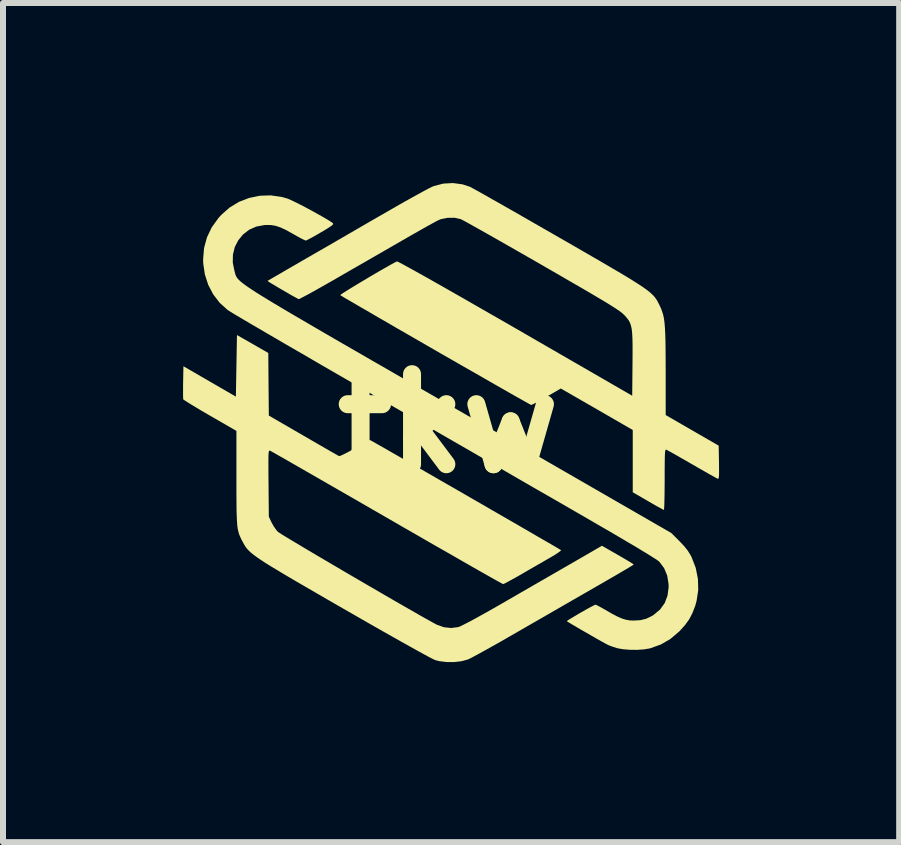
<source format=kicad_pcb>
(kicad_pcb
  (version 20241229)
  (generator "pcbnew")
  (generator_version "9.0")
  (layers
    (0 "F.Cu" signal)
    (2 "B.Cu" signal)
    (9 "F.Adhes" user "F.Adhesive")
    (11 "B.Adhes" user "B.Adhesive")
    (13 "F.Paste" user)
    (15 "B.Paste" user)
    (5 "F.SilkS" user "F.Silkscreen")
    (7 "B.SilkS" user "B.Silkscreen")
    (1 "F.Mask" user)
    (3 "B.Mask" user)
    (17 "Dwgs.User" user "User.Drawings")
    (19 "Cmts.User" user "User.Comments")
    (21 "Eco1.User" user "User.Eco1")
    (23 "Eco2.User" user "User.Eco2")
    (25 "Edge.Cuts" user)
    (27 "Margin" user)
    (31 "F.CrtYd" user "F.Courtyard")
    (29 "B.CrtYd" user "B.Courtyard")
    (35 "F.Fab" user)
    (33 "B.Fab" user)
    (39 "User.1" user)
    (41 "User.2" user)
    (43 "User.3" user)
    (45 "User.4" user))
  (footprint "tkw"
    (layer "F.Cu")
    (at 4.422 4.006)
    (property "Reference" "tkw" (at 0 0 0) (layer "F.SilkS") (effects (font (size 1.5 1.5) (thickness 0.3))))
    (attr board_only exclude_from_pos_files exclude_from_bom)
    (fp_poly (pts (xy -2.779 -3.775) (xy -2.684 -3.748) (xy -2.637 -3.729) (xy -2.568 -3.696) (xy -2.483 -3.654) (xy -2.387 -3.604) (xy -2.287 -3.55) (xy -2.189 -3.496) (xy -2.098 -3.445) (xy -2.019 -3.399) (xy -1.96 -3.362) (xy -1.925 -3.336) (xy -1.924 -3.336) (xy -1.921 -3.324) (xy -1.933 -3.308) (xy -1.965 -3.283) (xy -2.019 -3.248) (xy -2.099 -3.199) (xy -2.13 -3.182) (xy -2.21 -3.135) (xy -2.28 -3.096) (xy -2.336 -3.067) (xy -2.37 -3.05) (xy -2.378 -3.048) (xy -2.399 -3.056) (xy -2.444 -3.078) (xy -2.506 -3.111) (xy -2.578 -3.152) (xy -2.592 -3.16) (xy -2.703 -3.222) (xy -2.795 -3.265) (xy -2.874 -3.292) (xy -2.95 -3.306) (xy -3.029 -3.308) (xy -3.068 -3.306) (xy -3.202 -3.281) (xy -3.321 -3.228) (xy -3.422 -3.15) (xy -3.502 -3.053) (xy -3.56 -2.94) (xy -3.591 -2.815) (xy -3.594 -2.682) (xy -3.569 -2.558) (xy -3.563 -2.534) (xy -3.558 -2.513) (xy -3.553 -2.494) (xy -3.547 -2.475) (xy -3.539 -2.456) (xy -3.528 -2.437) (xy -3.514 -2.417) (xy -3.493 -2.394) (xy -3.467 -2.369) (xy -3.433 -2.341) (xy -3.39 -2.309) (xy -3.338 -2.272) (xy -3.275 -2.23) (xy -3.2 -2.181) (xy -3.112 -2.126) (xy -3.01 -2.064) (xy -2.893 -1.993) (xy -2.76 -1.914) (xy -2.61 -1.825) (xy -2.44 -1.726) (xy -2.252 -1.616) (xy -2.043 -1.494) (xy -1.812 -1.36) (xy -1.558 -1.214) (xy -1.28 -1.053) (xy -0.977 -0.879) (xy -0.648 -0.689) (xy -0.292 -0.484) (xy 0.092 -0.262) (xy 0.18 -0.212) (xy 3.713 1.825) (xy 3.851 1.963) (xy 3.93 2.047) (xy 3.989 2.122) (xy 4.036 2.198) (xy 4.052 2.23) (xy 4.12 2.407) (xy 4.156 2.591) (xy 4.161 2.777) (xy 4.133 2.959) (xy 4.11 3.04) (xy 4.063 3.161) (xy 4.01 3.263) (xy 3.942 3.357) (xy 3.854 3.455) (xy 3.843 3.466) (xy 3.698 3.589) (xy 3.54 3.681) (xy 3.365 3.744) (xy 3.354 3.747) (xy 3.259 3.763) (xy 3.144 3.771) (xy 3.024 3.77) (xy 2.909 3.761) (xy 2.814 3.744) (xy 2.804 3.741) (xy 2.741 3.721) (xy 2.686 3.701) (xy 2.658 3.689) (xy 2.614 3.666) (xy 2.551 3.631) (xy 2.475 3.588) (xy 2.389 3.539) (xy 2.301 3.488) (xy 2.213 3.438) (xy 2.133 3.391) (xy 2.063 3.35) (xy 2.01 3.318) (xy 1.979 3.298) (xy 1.972 3.293) (xy 1.986 3.281) (xy 2.024 3.257) (xy 2.08 3.223) (xy 2.147 3.183) (xy 2.22 3.141) (xy 2.292 3.1) (xy 2.357 3.064) (xy 2.409 3.037) (xy 2.442 3.021) (xy 2.449 3.019) (xy 2.471 3.027) (xy 2.514 3.049) (xy 2.572 3.081) (xy 2.601 3.098) (xy 2.717 3.165) (xy 2.812 3.215) (xy 2.89 3.249) (xy 2.959 3.27) (xy 3.025 3.281) (xy 3.078 3.283) (xy 3.195 3.277) (xy 3.294 3.253) (xy 3.387 3.208) (xy 3.42 3.187) (xy 3.526 3.098) (xy 3.603 2.991) (xy 3.65 2.866) (xy 3.668 2.727) (xy 3.667 2.675) (xy 3.644 2.533) (xy 3.593 2.41) (xy 3.514 2.305) (xy 3.504 2.295) (xy 3.478 2.276) (xy 3.424 2.241) (xy 3.346 2.192) (xy 3.246 2.131) (xy 3.126 2.058) (xy 2.988 1.977) (xy 2.836 1.887) (xy 2.672 1.791) (xy 2.497 1.69) (xy 2.427 1.649) (xy 1.903 1.346) (xy 1.407 1.061) (xy 0.94 0.791) (xy 0.501 0.537) (xy 0.088 0.299) (xy -0.299 0.076) (xy -0.66 -0.133) (xy -0.997 -0.327) (xy -1.309 -0.508) (xy -1.599 -0.676) (xy -1.866 -0.83) (xy -2.112 -0.972) (xy -2.336 -1.103) (xy -2.54 -1.221) (xy -2.725 -1.328) (xy -2.891 -1.425) (xy -3.039 -1.511) (xy -3.17 -1.588) (xy -3.284 -1.654) (xy -3.382 -1.712) (xy -3.465 -1.761) (xy -3.534 -1.802) (xy -3.589 -1.835) (xy -3.631 -1.861) (xy -3.661 -1.88) (xy -3.679 -1.892) (xy -3.682 -1.894) (xy -3.812 -2.011) (xy -3.92 -2.152) (xy -4.003 -2.311) (xy -4.059 -2.484) (xy -4.086 -2.667) (xy -4.088 -2.736) (xy -4.072 -2.925) (xy -4.024 -3.101) (xy -3.945 -3.267) (xy -3.833 -3.423) (xy -3.783 -3.478) (xy -3.646 -3.599) (xy -3.49 -3.693) (xy -3.321 -3.758) (xy -3.143 -3.795) (xy -2.961 -3.801)) (stroke (width 0) (type solid)) (fill yes) (layer "F.SilkS"))
    (fp_poly (pts (xy -3.263 -1.325) (xy -3.002 -1.175) (xy -2.998 -0.653) (xy -2.993 -0.132) (xy -2.418 0.201) (xy -2.29 0.275) (xy -2.171 0.344) (xy -2.063 0.406) (xy -1.972 0.459) (xy -1.899 0.5) (xy -1.849 0.529) (xy -1.824 0.542) (xy -1.823 0.543) (xy -1.801 0.538) (xy -1.756 0.518) (xy -1.692 0.486) (xy -1.615 0.445) (xy -1.559 0.413) (xy -1.478 0.367) (xy -1.406 0.327) (xy -1.351 0.296) (xy -1.317 0.278) (xy -1.309 0.274) (xy -1.293 0.283) (xy -1.25 0.307) (xy -1.182 0.346) (xy -1.091 0.397) (xy -0.98 0.461) (xy -0.851 0.535) (xy -0.707 0.618) (xy -0.549 0.708) (xy -0.381 0.805) (xy -0.204 0.907) (xy -0.02 1.013) (xy 0.167 1.12) (xy 0.355 1.229) (xy 0.543 1.337) (xy 0.727 1.444) (xy 0.906 1.547) (xy 1.076 1.645) (xy 1.237 1.738) (xy 1.385 1.824) (xy 1.517 1.901) (xy 1.633 1.968) (xy 1.729 2.023) (xy 1.802 2.066) (xy 1.851 2.095) (xy 1.874 2.109) (xy 1.875 2.11) (xy 1.867 2.123) (xy 1.833 2.148) (xy 1.781 2.183) (xy 1.714 2.223) (xy 1.712 2.224) (xy 1.639 2.266) (xy 1.545 2.321) (xy 1.438 2.382) (xy 1.327 2.446) (xy 1.233 2.501) (xy 1.14 2.554) (xy 1.057 2.6) (xy 0.988 2.638) (xy 0.938 2.664) (xy 0.912 2.675) (xy 0.91 2.675) (xy 0.893 2.667) (xy 0.848 2.642) (xy 0.777 2.603) (xy 0.681 2.549) (xy 0.563 2.482) (xy 0.424 2.403) (xy 0.266 2.313) (xy 0.091 2.212) (xy -0.1 2.103) (xy -0.305 1.986) (xy -0.521 1.861) (xy -0.748 1.731) (xy -0.983 1.595) (xy -1.026 1.57) (xy -1.263 1.434) (xy -1.491 1.302) (xy -1.71 1.176) (xy -1.918 1.057) (xy -2.112 0.945) (xy -2.291 0.842) (xy -2.453 0.749) (xy -2.596 0.667) (xy -2.719 0.596) (xy -2.82 0.539) (xy -2.897 0.495) (xy -2.948 0.466) (xy -2.971 0.454) (xy -2.972 0.453) (xy -2.981 0.451) (xy -2.988 0.455) (xy -2.993 0.469) (xy -2.997 0.494) (xy -2.999 0.536) (xy -3 0.597) (xy -3 0.681) (xy -3 0.791) (xy -2.999 0.93) (xy -2.998 0.997) (xy -2.993 1.552) (xy -2.948 1.648) (xy -2.912 1.712) (xy -2.869 1.774) (xy -2.844 1.803) (xy -2.822 1.818) (xy -2.774 1.849) (xy -2.701 1.894) (xy -2.606 1.951) (xy -2.492 2.019) (xy -2.362 2.097) (xy -2.217 2.183) (xy -2.062 2.274) (xy -1.897 2.371) (xy -1.727 2.471) (xy -1.554 2.572) (xy -1.379 2.674) (xy -1.207 2.774) (xy -1.039 2.872) (xy -0.878 2.965) (xy -0.727 3.052) (xy -0.588 3.131) (xy -0.465 3.202) (xy -0.359 3.261) (xy -0.274 3.309) (xy -0.212 3.343) (xy -0.188 3.355) (xy -0.076 3.394) (xy 0.045 3.407) (xy 0.161 3.392) (xy 0.163 3.392) (xy 0.198 3.378) (xy 0.259 3.348) (xy 0.343 3.305) (xy 0.445 3.25) (xy 0.564 3.184) (xy 0.695 3.111) (xy 0.835 3.031) (xy 0.84 3.028) (xy 1.003 2.934) (xy 1.183 2.83) (xy 1.374 2.72) (xy 1.566 2.609) (xy 1.75 2.503) (xy 1.918 2.406) (xy 1.995 2.362) (xy 2.557 2.037) (xy 2.822 2.189) (xy 2.907 2.238) (xy 2.981 2.282) (xy 3.039 2.317) (xy 3.075 2.341) (xy 3.086 2.35) (xy 3.072 2.36) (xy 3.031 2.385) (xy 2.966 2.424) (xy 2.881 2.474) (xy 2.779 2.534) (xy 2.662 2.601) (xy 2.535 2.675) (xy 2.482 2.705) (xy 2.333 2.791) (xy 2.161 2.89) (xy 1.973 2.998) (xy 1.777 3.111) (xy 1.58 3.225) (xy 1.388 3.335) (xy 1.208 3.439) (xy 1.149 3.473) (xy 1.001 3.558) (xy 0.86 3.639) (xy 0.728 3.713) (xy 0.608 3.78) (xy 0.505 3.837) (xy 0.422 3.882) (xy 0.361 3.914) (xy 0.326 3.93) (xy 0.326 3.931) (xy 0.219 3.96) (xy 0.094 3.975) (xy -0.035 3.974) (xy -0.155 3.959) (xy -0.223 3.941) (xy -0.255 3.926) (xy -0.314 3.896) (xy -0.399 3.85) (xy -0.507 3.791) (xy -0.636 3.719) (xy -0.785 3.636) (xy -0.951 3.542) (xy -1.132 3.44) (xy -1.326 3.329) (xy -1.53 3.212) (xy -1.744 3.089) (xy -1.748 3.087) (xy -1.998 2.943) (xy -2.221 2.814) (xy -2.417 2.7) (xy -2.589 2.6) (xy -2.738 2.512) (xy -2.866 2.435) (xy -2.976 2.369) (xy -3.068 2.311) (xy -3.145 2.26) (xy -3.208 2.216) (xy -3.26 2.177) (xy -3.301 2.143) (xy -3.334 2.111) (xy -3.361 2.081) (xy -3.383 2.051) (xy -3.402 2.02) (xy -3.42 1.988) (xy -3.426 1.977) (xy -3.45 1.931) (xy -3.47 1.889) (xy -3.487 1.849) (xy -3.5 1.805) (xy -3.511 1.756) (xy -3.519 1.697) (xy -3.524 1.625) (xy -3.528 1.538) (xy -3.531 1.43) (xy -3.532 1.299) (xy -3.533 1.141) (xy -3.533 0.954) (xy -3.533 0.907) (xy -3.533 0.123) (xy -3.972 -0.13) (xy -4.084 -0.195) (xy -4.185 -0.255) (xy -4.273 -0.308) (xy -4.343 -0.351) (xy -4.392 -0.383) (xy -4.417 -0.4) (xy -4.419 -0.403) (xy -4.421 -0.426) (xy -4.422 -0.476) (xy -4.422 -0.549) (xy -4.422 -0.636) (xy -4.421 -0.688) (xy -4.416 -0.954) (xy -3.979 -0.701) (xy -3.542 -0.448) (xy -3.533 -0.961) (xy -3.524 -1.474)) (stroke (width 0) (type solid)) (fill yes) (layer "F.SilkS"))
    (fp_poly (pts (xy 0.233 -3.985) (xy 0.36 -3.943) (xy 0.386 -3.929) (xy 0.439 -3.9) (xy 0.518 -3.856) (xy 0.62 -3.799) (xy 0.742 -3.729) (xy 0.884 -3.649) (xy 1.042 -3.559) (xy 1.214 -3.461) (xy 1.398 -3.355) (xy 1.593 -3.243) (xy 1.795 -3.127) (xy 1.844 -3.099) (xy 2.093 -2.956) (xy 2.314 -2.828) (xy 2.51 -2.715) (xy 2.681 -2.615) (xy 2.829 -2.528) (xy 2.957 -2.452) (xy 3.066 -2.385) (xy 3.157 -2.327) (xy 3.234 -2.277) (xy 3.297 -2.232) (xy 3.348 -2.192) (xy 3.389 -2.156) (xy 3.422 -2.123) (xy 3.448 -2.09) (xy 3.47 -2.058) (xy 3.489 -2.024) (xy 3.508 -1.988) (xy 3.525 -1.951) (xy 3.546 -1.905) (xy 3.563 -1.857) (xy 3.578 -1.807) (xy 3.59 -1.749) (xy 3.599 -1.681) (xy 3.606 -1.598) (xy 3.611 -1.499) (xy 3.615 -1.38) (xy 3.617 -1.236) (xy 3.618 -1.065) (xy 3.619 -0.864) (xy 3.619 -0.838) (xy 3.619 -0.141) (xy 4.06 0.114) (xy 4.502 0.369) (xy 4.507 0.649) (xy 4.508 0.754) (xy 4.508 0.829) (xy 4.506 0.878) (xy 4.502 0.907) (xy 4.496 0.92) (xy 4.487 0.921) (xy 4.485 0.92) (xy 4.463 0.909) (xy 4.417 0.883) (xy 4.348 0.845) (xy 4.263 0.796) (xy 4.164 0.74) (xy 4.057 0.678) (xy 4.055 0.677) (xy 3.948 0.615) (xy 3.849 0.559) (xy 3.764 0.51) (xy 3.695 0.472) (xy 3.648 0.446) (xy 3.627 0.435) (xy 3.627 0.435) (xy 3.62 0.436) (xy 3.614 0.447) (xy 3.609 0.472) (xy 3.606 0.514) (xy 3.604 0.576) (xy 3.603 0.663) (xy 3.602 0.777) (xy 3.602 0.921) (xy 3.602 0.933) (xy 3.601 1.061) (xy 3.6 1.177) (xy 3.598 1.277) (xy 3.596 1.357) (xy 3.593 1.412) (xy 3.59 1.438) (xy 3.589 1.44) (xy 3.57 1.431) (xy 3.528 1.408) (xy 3.465 1.374) (xy 3.389 1.33) (xy 3.323 1.292) (xy 3.07 1.145) (xy 3.07 0.626) (xy 3.07 0.108) (xy 2.471 -0.238) (xy 1.872 -0.583) (xy 1.635 -0.446) (xy 1.553 -0.399) (xy 1.481 -0.359) (xy 1.424 -0.329) (xy 1.388 -0.312) (xy 1.378 -0.309) (xy 1.362 -0.317) (xy 1.318 -0.341) (xy 1.249 -0.38) (xy 1.157 -0.432) (xy 1.045 -0.495) (xy 0.916 -0.569) (xy 0.77 -0.652) (xy 0.612 -0.743) (xy 0.443 -0.84) (xy 0.265 -0.941) (xy 0.081 -1.047) (xy -0.106 -1.154) (xy -0.295 -1.263) (xy -0.482 -1.371) (xy -0.666 -1.477) (xy -0.845 -1.58) (xy -1.015 -1.679) (xy -1.175 -1.771) (xy -1.322 -1.857) (xy -1.454 -1.933) (xy -1.568 -2) (xy -1.663 -2.055) (xy -1.735 -2.097) (xy -1.782 -2.126) (xy -1.803 -2.139) (xy -1.803 -2.139) (xy -1.791 -2.15) (xy -1.754 -2.175) (xy -1.696 -2.212) (xy -1.62 -2.259) (xy -1.532 -2.313) (xy -1.434 -2.371) (xy -1.333 -2.432) (xy -1.231 -2.492) (xy -1.133 -2.549) (xy -1.043 -2.6) (xy -0.966 -2.644) (xy -0.906 -2.677) (xy -0.866 -2.697) (xy -0.858 -2.701) (xy -0.839 -2.693) (xy -0.793 -2.67) (xy -0.719 -2.63) (xy -0.619 -2.575) (xy -0.495 -2.506) (xy -0.348 -2.424) (xy -0.179 -2.328) (xy 0.011 -2.22) (xy 0.22 -2.101) (xy 0.448 -1.97) (xy 0.692 -1.83) (xy 0.952 -1.681) (xy 1.115 -1.587) (xy 3.061 -0.463) (xy 3.066 -0.999) (xy 3.067 -1.168) (xy 3.067 -1.306) (xy 3.065 -1.418) (xy 3.06 -1.508) (xy 3.052 -1.579) (xy 3.039 -1.636) (xy 3.022 -1.683) (xy 3 -1.723) (xy 2.971 -1.76) (xy 2.936 -1.8) (xy 2.925 -1.811) (xy 2.906 -1.829) (xy 2.881 -1.85) (xy 2.847 -1.875) (xy 2.803 -1.905) (xy 2.748 -1.941) (xy 2.678 -1.985) (xy 2.593 -2.037) (xy 2.49 -2.098) (xy 2.367 -2.171) (xy 2.223 -2.255) (xy 2.055 -2.352) (xy 1.862 -2.464) (xy 1.642 -2.591) (xy 1.554 -2.642) (xy 1.359 -2.754) (xy 1.172 -2.861) (xy 0.995 -2.962) (xy 0.83 -3.056) (xy 0.679 -3.142) (xy 0.544 -3.218) (xy 0.428 -3.283) (xy 0.334 -3.336) (xy 0.262 -3.375) (xy 0.217 -3.399) (xy 0.201 -3.406) (xy 0.098 -3.428) (xy -0.014 -3.427) (xy -0.122 -3.406) (xy -0.164 -3.389) (xy -0.2 -3.371) (xy -0.261 -3.338) (xy -0.343 -3.293) (xy -0.442 -3.237) (xy -0.555 -3.173) (xy -0.676 -3.104) (xy -0.764 -3.053) (xy -0.905 -2.972) (xy -1.068 -2.878) (xy -1.245 -2.776) (xy -1.427 -2.671) (xy -1.607 -2.568) (xy -1.777 -2.47) (xy -1.877 -2.412) (xy -2.008 -2.337) (xy -2.13 -2.268) (xy -2.24 -2.206) (xy -2.334 -2.154) (xy -2.41 -2.114) (xy -2.463 -2.086) (xy -2.491 -2.073) (xy -2.495 -2.072) (xy -2.517 -2.083) (xy -2.561 -2.107) (xy -2.621 -2.14) (xy -2.691 -2.181) (xy -2.767 -2.225) (xy -2.841 -2.268) (xy -2.909 -2.309) (xy -2.965 -2.342) (xy -3.002 -2.366) (xy -3.015 -2.376) (xy -3.015 -2.376) (xy -3 -2.385) (xy -2.957 -2.41) (xy -2.892 -2.448) (xy -2.805 -2.498) (xy -2.701 -2.559) (xy -2.582 -2.627) (xy -2.452 -2.703) (xy -2.35 -2.762) (xy -2.178 -2.861) (xy -1.985 -2.972) (xy -1.78 -3.091) (xy -1.571 -3.212) (xy -1.366 -3.331) (xy -1.174 -3.442) (xy -1.02 -3.53) (xy -0.878 -3.612) (xy -0.742 -3.69) (xy -0.614 -3.761) (xy -0.5 -3.824) (xy -0.401 -3.878) (xy -0.323 -3.919) (xy -0.268 -3.946) (xy -0.247 -3.955) (xy -0.088 -3.997) (xy 0.074 -4.006)) (stroke (width 0) (type solid)) (fill yes) (layer "F.SilkS")))
  (gr_rect
    (start -3 -3)
    (end 11.931 10.981)
    (stroke (width 0.1) (type default))
    (fill no)
    (layer "Edge.Cuts")))
</source>
